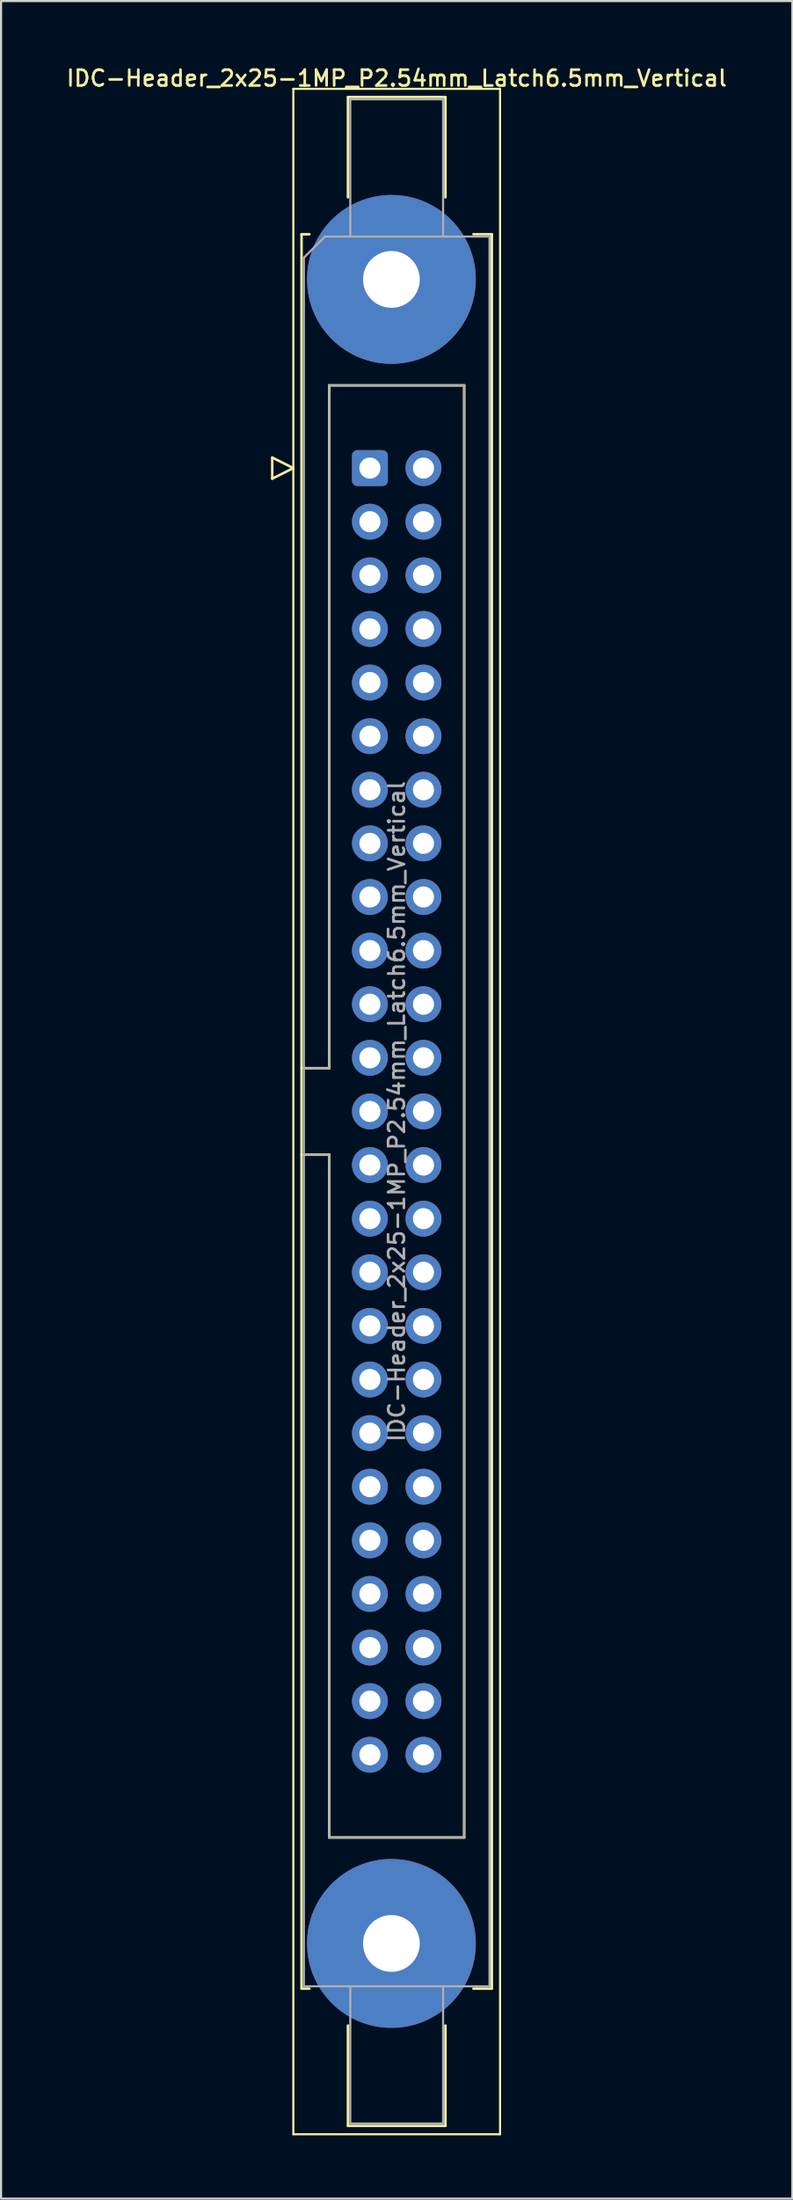
<source format=kicad_pcb>
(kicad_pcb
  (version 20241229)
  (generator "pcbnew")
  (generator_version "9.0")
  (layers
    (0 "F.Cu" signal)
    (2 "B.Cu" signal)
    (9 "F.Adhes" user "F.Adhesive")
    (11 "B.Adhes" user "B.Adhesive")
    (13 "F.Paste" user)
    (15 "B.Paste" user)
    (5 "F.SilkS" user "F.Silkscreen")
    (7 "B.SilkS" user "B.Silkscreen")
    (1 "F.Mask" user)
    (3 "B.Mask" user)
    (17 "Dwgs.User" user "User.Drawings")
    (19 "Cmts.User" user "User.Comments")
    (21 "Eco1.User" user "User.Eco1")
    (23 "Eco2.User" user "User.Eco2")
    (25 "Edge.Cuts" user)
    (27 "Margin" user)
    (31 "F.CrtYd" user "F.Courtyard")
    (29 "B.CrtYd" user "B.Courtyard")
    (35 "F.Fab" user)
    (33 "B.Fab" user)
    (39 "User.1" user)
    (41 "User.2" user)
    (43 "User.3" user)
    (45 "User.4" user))
  (footprint "IDC-Header_2x25-1MP_P2.54mm_Latch6.5mm_Vertical"
    (layer "F.Cu")
    (at 14.485 19.128)
    (property "Reference" "IDC-Header_2x25-1MP_P2.54mm_Latch6.5mm_Vertical" (at 1.27 -18.47 0) (layer "F.SilkS") (effects (font (size 0.75 0.75) (thickness 0.125))))
    (attr through_hole)
    (fp_line (start -4.63 -0.5) (end -4.63 0.5) (stroke (width 0.12) (type solid)) (layer "F.SilkS"))
    (fp_line (start -4.63 0.5) (end -3.63 0) (stroke (width 0.12) (type solid)) (layer "F.SilkS"))
    (fp_line (start -3.63 -17.97) (end -3.63 78.94) (stroke (width 0.1) (type solid)) (layer "F.SilkS"))
    (fp_line (start -3.63 0) (end -4.63 -0.5) (stroke (width 0.12) (type solid)) (layer "F.SilkS"))
    (fp_line (start -3.63 78.94) (end 6.17 78.94) (stroke (width 0.1) (type solid)) (layer "F.SilkS"))
    (fp_line (start -3.24 -11.08) (end -3.24 72.04) (stroke (width 0.12) (type solid)) (layer "F.SilkS"))
    (fp_line (start -3.24 28.43) (end -1.93 28.43) (stroke (width 0.12) (type solid)) (layer "F.SilkS"))
    (fp_line (start -3.24 72.04) (end -2.87 72.04) (stroke (width 0.12) (type solid)) (layer "F.SilkS"))
    (fp_line (start -2.87 -11.08) (end -3.24 -11.08) (stroke (width 0.12) (type solid)) (layer "F.SilkS"))
    (fp_line (start -1.93 -3.92) (end 4.47 -3.92) (stroke (width 0.12) (type solid)) (layer "F.SilkS"))
    (fp_line (start -1.93 28.43) (end -1.93 -3.92) (stroke (width 0.12) (type solid)) (layer "F.SilkS"))
    (fp_line (start -1.93 32.53) (end -3.24 32.53) (stroke (width 0.12) (type solid)) (layer "F.SilkS"))
    (fp_line (start -1.93 32.53) (end -1.93 32.53) (stroke (width 0.12) (type solid)) (layer "F.SilkS"))
    (fp_line (start -1.93 64.88) (end -1.93 32.53) (stroke (width 0.12) (type solid)) (layer "F.SilkS"))
    (fp_line (start -1.04 -17.58) (end 3.58 -17.58) (stroke (width 0.12) (type solid)) (layer "F.SilkS"))
    (fp_line (start -1.04 -12.83) (end -1.04 -17.58) (stroke (width 0.12) (type solid)) (layer "F.SilkS"))
    (fp_line (start -1.04 73.79) (end -1.04 78.54) (stroke (width 0.12) (type solid)) (layer "F.SilkS"))
    (fp_line (start -1.04 78.54) (end 3.58 78.54) (stroke (width 0.12) (type solid)) (layer "F.SilkS"))
    (fp_line (start 3.58 -17.58) (end 3.58 -12.83) (stroke (width 0.12) (type solid)) (layer "F.SilkS"))
    (fp_line (start 3.58 78.54) (end 3.58 73.79) (stroke (width 0.12) (type solid)) (layer "F.SilkS"))
    (fp_line (start 4.47 -3.92) (end 4.47 64.88) (stroke (width 0.12) (type solid)) (layer "F.SilkS"))
    (fp_line (start 4.47 64.88) (end -1.93 64.88) (stroke (width 0.12) (type solid)) (layer "F.SilkS"))
    (fp_line (start 4.91 -11.08) (end 5.78 -11.08) (stroke (width 0.12) (type solid)) (layer "F.SilkS"))
    (fp_line (start 5.78 -11.08) (end 5.78 72.04) (stroke (width 0.12) (type solid)) (layer "F.SilkS"))
    (fp_line (start 5.78 72.04) (end 4.91 72.04) (stroke (width 0.12) (type solid)) (layer "F.SilkS"))
    (fp_line (start 6.17 -17.97) (end -3.63 -17.97) (stroke (width 0.1) (type solid)) (layer "F.SilkS"))
    (fp_line (start 6.17 78.94) (end 6.17 -17.97) (stroke (width 0.1) (type solid)) (layer "F.SilkS"))
    (fp_line (start -3.13 -9.97) (end -2.13 -10.97) (stroke (width 0.1) (type solid)) (layer "F.Fab"))
    (fp_line (start -3.13 28.43) (end -1.93 28.43) (stroke (width 0.1) (type solid)) (layer "F.Fab"))
    (fp_line (start -3.13 71.93) (end -3.13 -9.97) (stroke (width 0.1) (type solid)) (layer "F.Fab"))
    (fp_line (start -2.13 -10.97) (end 5.67 -10.97) (stroke (width 0.1) (type solid)) (layer "F.Fab"))
    (fp_line (start -1.93 -3.92) (end 4.47 -3.92) (stroke (width 0.1) (type solid)) (layer "F.Fab"))
    (fp_line (start -1.93 28.43) (end -1.93 -3.92) (stroke (width 0.1) (type solid)) (layer "F.Fab"))
    (fp_line (start -1.93 32.53) (end -3.13 32.53) (stroke (width 0.1) (type solid)) (layer "F.Fab"))
    (fp_line (start -1.93 32.53) (end -1.93 32.53) (stroke (width 0.1) (type solid)) (layer "F.Fab"))
    (fp_line (start -1.93 64.88) (end -1.93 32.53) (stroke (width 0.1) (type solid)) (layer "F.Fab"))
    (fp_line (start -0.93 -17.47) (end 3.47 -17.47) (stroke (width 0.1) (type solid)) (layer "F.Fab"))
    (fp_line (start -0.93 -10.97) (end -0.93 -17.47) (stroke (width 0.1) (type solid)) (layer "F.Fab"))
    (fp_line (start -0.93 71.93) (end -0.93 78.43) (stroke (width 0.1) (type solid)) (layer "F.Fab"))
    (fp_line (start -0.93 78.43) (end 3.47 78.43) (stroke (width 0.1) (type solid)) (layer "F.Fab"))
    (fp_line (start 3.47 -17.47) (end 3.47 -10.97) (stroke (width 0.1) (type solid)) (layer "F.Fab"))
    (fp_line (start 3.47 78.43) (end 3.47 71.93) (stroke (width 0.1) (type solid)) (layer "F.Fab"))
    (fp_line (start 4.47 -3.92) (end 4.47 64.88) (stroke (width 0.1) (type solid)) (layer "F.Fab"))
    (fp_line (start 4.47 64.88) (end -1.93 64.88) (stroke (width 0.1) (type solid)) (layer "F.Fab"))
    (fp_line (start 5.67 -10.97) (end 5.67 71.93) (stroke (width 0.1) (type solid)) (layer "F.Fab"))
    (fp_line (start 5.67 71.93) (end -3.13 71.93) (stroke (width 0.1) (type solid)) (layer "F.Fab"))
    (fp_text user "${REFERENCE}" (at 1.27 30.48 90) (layer "F.Fab") (effects (font (size 0.75 0.75) (thickness 0.125))))
    (pad "1" thru_hole roundrect (at 0 0) (size 1.7 1.7) (drill 1) (layers "*.Cu" "*.Mask") (roundrect_rratio 0.147))
    (pad "2" thru_hole circle (at 2.54 0) (size 1.7 1.7) (drill 1) (layers "*.Cu" "*.Mask"))
    (pad "3" thru_hole circle (at 0 2.54) (size 1.7 1.7) (drill 1) (layers "*.Cu" "*.Mask"))
    (pad "4" thru_hole circle (at 2.54 2.54) (size 1.7 1.7) (drill 1) (layers "*.Cu" "*.Mask"))
    (pad "5" thru_hole circle (at 0 5.08) (size 1.7 1.7) (drill 1) (layers "*.Cu" "*.Mask"))
    (pad "6" thru_hole circle (at 2.54 5.08) (size 1.7 1.7) (drill 1) (layers "*.Cu" "*.Mask"))
    (pad "7" thru_hole circle (at 0 7.62) (size 1.7 1.7) (drill 1) (layers "*.Cu" "*.Mask"))
    (pad "8" thru_hole circle (at 2.54 7.62) (size 1.7 1.7) (drill 1) (layers "*.Cu" "*.Mask"))
    (pad "9" thru_hole circle (at 0 10.16) (size 1.7 1.7) (drill 1) (layers "*.Cu" "*.Mask"))
    (pad "10" thru_hole circle (at 2.54 10.16) (size 1.7 1.7) (drill 1) (layers "*.Cu" "*.Mask"))
    (pad "11" thru_hole circle (at 0 12.7) (size 1.7 1.7) (drill 1) (layers "*.Cu" "*.Mask"))
    (pad "12" thru_hole circle (at 2.54 12.7) (size 1.7 1.7) (drill 1) (layers "*.Cu" "*.Mask"))
    (pad "13" thru_hole circle (at 0 15.24) (size 1.7 1.7) (drill 1) (layers "*.Cu" "*.Mask"))
    (pad "14" thru_hole circle (at 2.54 15.24) (size 1.7 1.7) (drill 1) (layers "*.Cu" "*.Mask"))
    (pad "15" thru_hole circle (at 0 17.78) (size 1.7 1.7) (drill 1) (layers "*.Cu" "*.Mask"))
    (pad "16" thru_hole circle (at 2.54 17.78) (size 1.7 1.7) (drill 1) (layers "*.Cu" "*.Mask"))
    (pad "17" thru_hole circle (at 0 20.32) (size 1.7 1.7) (drill 1) (layers "*.Cu" "*.Mask"))
    (pad "18" thru_hole circle (at 2.54 20.32) (size 1.7 1.7) (drill 1) (layers "*.Cu" "*.Mask"))
    (pad "19" thru_hole circle (at 0 22.86) (size 1.7 1.7) (drill 1) (layers "*.Cu" "*.Mask"))
    (pad "20" thru_hole circle (at 2.54 22.86) (size 1.7 1.7) (drill 1) (layers "*.Cu" "*.Mask"))
    (pad "21" thru_hole circle (at 0 25.4) (size 1.7 1.7) (drill 1) (layers "*.Cu" "*.Mask"))
    (pad "22" thru_hole circle (at 2.54 25.4) (size 1.7 1.7) (drill 1) (layers "*.Cu" "*.Mask"))
    (pad "23" thru_hole circle (at 0 27.94) (size 1.7 1.7) (drill 1) (layers "*.Cu" "*.Mask"))
    (pad "24" thru_hole circle (at 2.54 27.94) (size 1.7 1.7) (drill 1) (layers "*.Cu" "*.Mask"))
    (pad "25" thru_hole circle (at 0 30.48) (size 1.7 1.7) (drill 1) (layers "*.Cu" "*.Mask"))
    (pad "26" thru_hole circle (at 2.54 30.48) (size 1.7 1.7) (drill 1) (layers "*.Cu" "*.Mask"))
    (pad "27" thru_hole circle (at 0 33.02) (size 1.7 1.7) (drill 1) (layers "*.Cu" "*.Mask"))
    (pad "28" thru_hole circle (at 2.54 33.02) (size 1.7 1.7) (drill 1) (layers "*.Cu" "*.Mask"))
    (pad "29" thru_hole circle (at 0 35.56) (size 1.7 1.7) (drill 1) (layers "*.Cu" "*.Mask"))
    (pad "30" thru_hole circle (at 2.54 35.56) (size 1.7 1.7) (drill 1) (layers "*.Cu" "*.Mask"))
    (pad "31" thru_hole circle (at 0 38.1) (size 1.7 1.7) (drill 1) (layers "*.Cu" "*.Mask"))
    (pad "32" thru_hole circle (at 2.54 38.1) (size 1.7 1.7) (drill 1) (layers "*.Cu" "*.Mask"))
    (pad "33" thru_hole circle (at 0 40.64) (size 1.7 1.7) (drill 1) (layers "*.Cu" "*.Mask"))
    (pad "34" thru_hole circle (at 2.54 40.64) (size 1.7 1.7) (drill 1) (layers "*.Cu" "*.Mask"))
    (pad "35" thru_hole circle (at 0 43.18) (size 1.7 1.7) (drill 1) (layers "*.Cu" "*.Mask"))
    (pad "36" thru_hole circle (at 2.54 43.18) (size 1.7 1.7) (drill 1) (layers "*.Cu" "*.Mask"))
    (pad "37" thru_hole circle (at 0 45.72) (size 1.7 1.7) (drill 1) (layers "*.Cu" "*.Mask"))
    (pad "38" thru_hole circle (at 2.54 45.72) (size 1.7 1.7) (drill 1) (layers "*.Cu" "*.Mask"))
    (pad "39" thru_hole circle (at 0 48.26) (size 1.7 1.7) (drill 1) (layers "*.Cu" "*.Mask"))
    (pad "40" thru_hole circle (at 2.54 48.26) (size 1.7 1.7) (drill 1) (layers "*.Cu" "*.Mask"))
    (pad "41" thru_hole circle (at 0 50.8) (size 1.7 1.7) (drill 1) (layers "*.Cu" "*.Mask"))
    (pad "42" thru_hole circle (at 2.54 50.8) (size 1.7 1.7) (drill 1) (layers "*.Cu" "*.Mask"))
    (pad "43" thru_hole circle (at 0 53.34) (size 1.7 1.7) (drill 1) (layers "*.Cu" "*.Mask"))
    (pad "44" thru_hole circle (at 2.54 53.34) (size 1.7 1.7) (drill 1) (layers "*.Cu" "*.Mask"))
    (pad "45" thru_hole circle (at 0 55.88) (size 1.7 1.7) (drill 1) (layers "*.Cu" "*.Mask"))
    (pad "46" thru_hole circle (at 2.54 55.88) (size 1.7 1.7) (drill 1) (layers "*.Cu" "*.Mask"))
    (pad "47" thru_hole circle (at 0 58.42) (size 1.7 1.7) (drill 1) (layers "*.Cu" "*.Mask"))
    (pad "48" thru_hole circle (at 2.54 58.42) (size 1.7 1.7) (drill 1) (layers "*.Cu" "*.Mask"))
    (pad "49" thru_hole circle (at 0 60.96) (size 1.7 1.7) (drill 1) (layers "*.Cu" "*.Mask"))
    (pad "50" thru_hole circle (at 2.54 60.96) (size 1.7 1.7) (drill 1) (layers "*.Cu" "*.Mask"))
    (pad "MP" thru_hole circle (at 1.02 -8.94) (size 8 8) (drill 2.69) (layers "*.Cu" "*.Mask"))
    (pad "MP" thru_hole circle (at 1.02 69.9) (size 8 8) (drill 2.69) (layers "*.Cu" "*.Mask")))
  (gr_rect
    (start -3 -3)
    (end 34.511 101.118)
    (stroke (width 0.1) (type default))
    (fill no)
    (layer "Edge.Cuts")))
</source>
